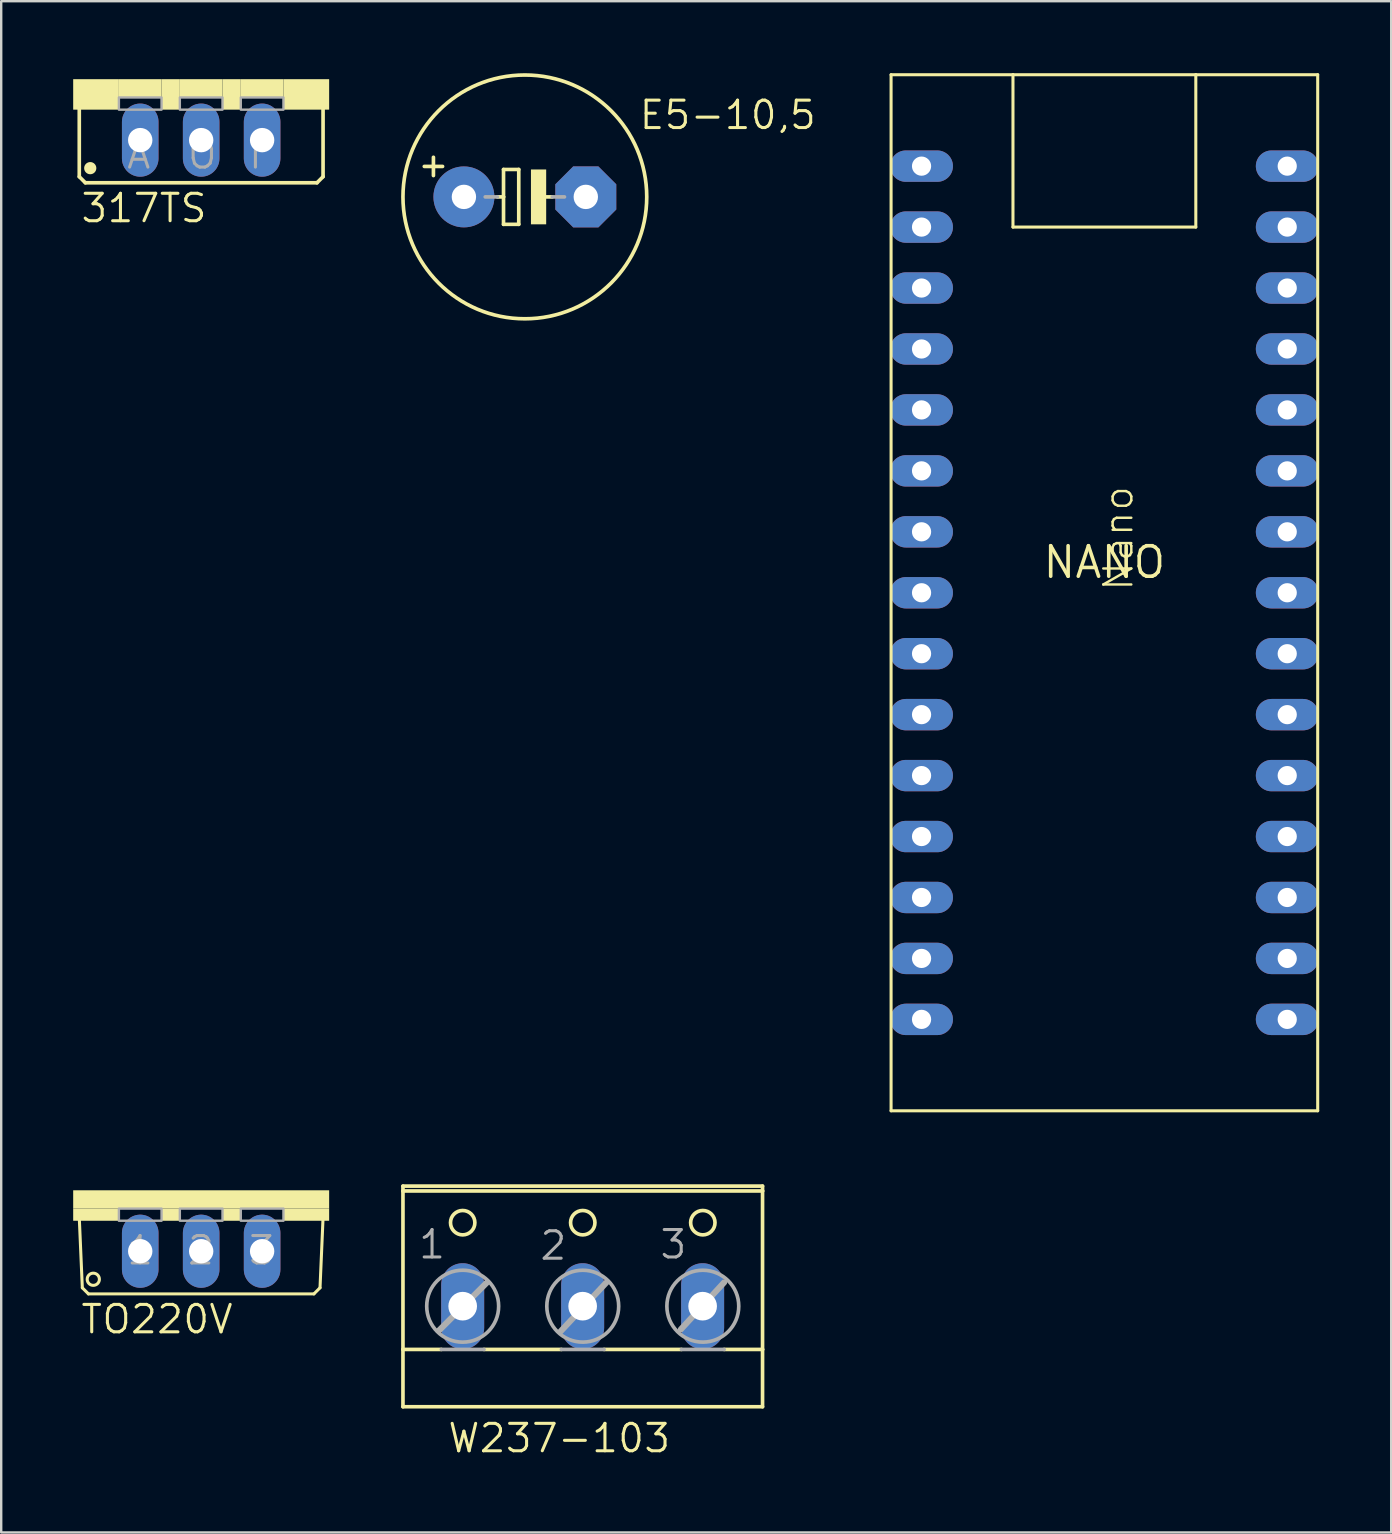
<source format=kicad_pcb>
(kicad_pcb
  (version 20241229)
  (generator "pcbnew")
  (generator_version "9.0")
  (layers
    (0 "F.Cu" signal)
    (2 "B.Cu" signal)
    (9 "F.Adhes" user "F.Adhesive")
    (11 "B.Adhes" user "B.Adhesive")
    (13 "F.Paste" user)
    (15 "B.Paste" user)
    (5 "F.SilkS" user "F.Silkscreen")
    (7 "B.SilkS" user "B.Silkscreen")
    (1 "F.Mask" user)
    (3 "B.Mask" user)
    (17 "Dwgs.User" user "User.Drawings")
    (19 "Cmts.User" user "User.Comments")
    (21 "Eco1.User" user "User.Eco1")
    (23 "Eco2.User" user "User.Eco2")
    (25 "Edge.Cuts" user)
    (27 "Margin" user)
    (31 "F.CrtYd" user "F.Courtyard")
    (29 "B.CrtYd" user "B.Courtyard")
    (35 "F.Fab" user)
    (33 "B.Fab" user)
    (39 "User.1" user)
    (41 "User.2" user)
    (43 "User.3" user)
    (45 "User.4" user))
  (footprint "317TS"
    (layer "F.Cu")
    (at 5.334 0.25)
    (property "Reference" "317TS" (at -5.08 6.045 0) (layer "F.SilkS") (effects (font (size 1.143 1.143) (thickness 0.127)) (justify left bottom)))
    (fp_line (start -5.08 4.064) (end -5.08 1.143) (stroke (width 0.152) (type solid)) (layer "F.SilkS"))
    (fp_line (start -5.08 4.064) (end -4.826 4.318) (stroke (width 0.152) (type solid)) (layer "F.SilkS"))
    (fp_line (start 4.826 4.318) (end -4.826 4.318) (stroke (width 0.152) (type solid)) (layer "F.SilkS"))
    (fp_line (start 4.826 4.318) (end 5.08 4.064) (stroke (width 0.152) (type solid)) (layer "F.SilkS"))
    (fp_line (start 5.08 1.143) (end 5.08 4.064) (stroke (width 0.152) (type solid)) (layer "F.SilkS"))
    (fp_circle (center -4.623 3.708) (end -4.496 3.708) (stroke (width 0.254) (type solid)) (fill yes) (layer "F.SilkS"))
    (fp_poly (pts (xy -5.334 1.27) (xy -3.429 1.27) (xy -3.429 0) (xy -5.334 0)) (stroke (width 0) (type default)) (fill yes) (layer "F.SilkS"))
    (fp_poly (pts (xy -3.429 0.762) (xy -1.651 0.762) (xy -1.651 0) (xy -3.429 0)) (stroke (width 0) (type default)) (fill yes) (layer "F.SilkS"))
    (fp_poly (pts (xy -1.651 1.27) (xy -0.889 1.27) (xy -0.889 0) (xy -1.651 0)) (stroke (width 0) (type default)) (fill yes) (layer "F.SilkS"))
    (fp_poly (pts (xy -0.889 0.762) (xy 0.889 0.762) (xy 0.889 0) (xy -0.889 0)) (stroke (width 0) (type default)) (fill yes) (layer "F.SilkS"))
    (fp_poly (pts (xy 0.889 1.27) (xy 1.651 1.27) (xy 1.651 0) (xy 0.889 0)) (stroke (width 0) (type default)) (fill yes) (layer "F.SilkS"))
    (fp_poly (pts (xy 1.651 0.762) (xy 3.429 0.762) (xy 3.429 0) (xy 1.651 0)) (stroke (width 0) (type default)) (fill yes) (layer "F.SilkS"))
    (fp_poly (pts (xy 3.429 1.27) (xy 5.334 1.27) (xy 5.334 0) (xy 3.429 0)) (stroke (width 0) (type default)) (fill yes) (layer "F.SilkS"))
    (fp_poly (pts (xy -3.429 1.27) (xy -1.651 1.27) (xy -1.651 0.762) (xy -3.429 0.762)) (stroke (width 0.1) (type default)) (fill no) (layer "F.Fab"))
    (fp_poly (pts (xy -0.889 1.27) (xy 0.889 1.27) (xy 0.889 0.762) (xy -0.889 0.762)) (stroke (width 0.1) (type default)) (fill no) (layer "F.Fab"))
    (fp_poly (pts (xy 1.651 1.27) (xy 3.429 1.27) (xy 3.429 0.762) (xy 1.651 0.762)) (stroke (width 0.1) (type default)) (fill no) (layer "F.Fab"))
    (fp_text user "I" (at 1.905 3.81 0) (layer "F.Fab") (effects (font (size 1.143 1.143) (thickness 0.127)) (justify left bottom)))
    (fp_text user "O" (at -0.635 3.81 0) (layer "F.Fab") (effects (font (size 1.143 1.143) (thickness 0.127)) (justify left bottom)))
    (fp_text user "A" (at -3.175 3.81 0) (layer "F.Fab") (effects (font (size 1.143 1.143) (thickness 0.127)) (justify left bottom)))
    (pad "1" thru_hole oval (at -2.54 2.54 90) (size 3.048 1.524) (drill 1.016) (layers "*.Cu" "*.Mask"))
    (pad "2" thru_hole oval (at 0 2.54 90) (size 3.048 1.524) (drill 1.016) (layers "*.Cu" "*.Mask"))
    (pad "3" thru_hole oval (at 2.54 2.54 90) (size 3.048 1.524) (drill 1.016) (layers "*.Cu" "*.Mask")))
  (footprint "TO220V"
    (layer "F.Cu")
    (at 5.334 46.557)
    (property "Reference" "TO220V" (at -5.08 6.045 0) (layer "F.SilkS") (effects (font (size 1.143 1.143) (thickness 0.127)) (justify left bottom)))
    (fp_line (start -4.953 4.064) (end -5.08 1.143) (stroke (width 0.127) (type solid)) (layer "F.SilkS"))
    (fp_line (start -4.953 4.064) (end -4.699 4.318) (stroke (width 0.127) (type solid)) (layer "F.SilkS"))
    (fp_line (start 4.699 4.318) (end -4.699 4.318) (stroke (width 0.127) (type solid)) (layer "F.SilkS"))
    (fp_line (start 4.699 4.318) (end 4.953 4.064) (stroke (width 0.127) (type solid)) (layer "F.SilkS"))
    (fp_line (start 5.08 1.143) (end 4.953 4.064) (stroke (width 0.127) (type solid)) (layer "F.SilkS"))
    (fp_circle (center -4.496 3.708) (end -4.242 3.708) (stroke (width 0.127) (type solid)) (fill no) (layer "F.SilkS"))
    (fp_poly (pts (xy -5.334 0.762) (xy 5.334 0.762) (xy 5.334 0) (xy -5.334 0)) (stroke (width 0) (type default)) (fill yes) (layer "F.SilkS"))
    (fp_poly (pts (xy -5.334 1.27) (xy -3.429 1.27) (xy -3.429 0.762) (xy -5.334 0.762)) (stroke (width 0) (type default)) (fill yes) (layer "F.SilkS"))
    (fp_poly (pts (xy -1.651 1.27) (xy -0.889 1.27) (xy -0.889 0.762) (xy -1.651 0.762)) (stroke (width 0) (type default)) (fill yes) (layer "F.SilkS"))
    (fp_poly (pts (xy 0.889 1.27) (xy 1.651 1.27) (xy 1.651 0.762) (xy 0.889 0.762)) (stroke (width 0) (type default)) (fill yes) (layer "F.SilkS"))
    (fp_poly (pts (xy 3.429 1.27) (xy 5.334 1.27) (xy 5.334 0.762) (xy 3.429 0.762)) (stroke (width 0) (type default)) (fill yes) (layer "F.SilkS"))
    (fp_poly (pts (xy -3.429 1.27) (xy -1.651 1.27) (xy -1.651 0.762) (xy -3.429 0.762)) (stroke (width 0.1) (type default)) (fill no) (layer "F.Fab"))
    (fp_poly (pts (xy -0.889 1.27) (xy 0.889 1.27) (xy 0.889 0.762) (xy -0.889 0.762)) (stroke (width 0.1) (type default)) (fill no) (layer "F.Fab"))
    (fp_poly (pts (xy 1.651 1.27) (xy 3.429 1.27) (xy 3.429 0.762) (xy 1.651 0.762)) (stroke (width 0.1) (type default)) (fill no) (layer "F.Fab"))
    (fp_text user "3" (at 1.905 3.175 0) (layer "F.Fab") (effects (font (size 1.143 1.143) (thickness 0.127)) (justify left bottom)))
    (fp_text user "2" (at -0.635 3.175 0) (layer "F.Fab") (effects (font (size 1.143 1.143) (thickness 0.127)) (justify left bottom)))
    (fp_text user "1" (at -3.175 3.175 0) (layer "F.Fab") (effects (font (size 1.143 1.143) (thickness 0.127)) (justify left bottom)))
    (pad "1" thru_hole oval (at -2.54 2.54 90) (size 3.048 1.524) (drill 1.016) (layers "*.Cu" "*.Mask"))
    (pad "2" thru_hole oval (at 0 2.54 90) (size 3.048 1.524) (drill 1.016) (layers "*.Cu" "*.Mask"))
    (pad "3" thru_hole oval (at 2.54 2.54 90) (size 3.048 1.524) (drill 1.016) (layers "*.Cu" "*.Mask")))
  (footprint "E5-10,5"
    (layer "F.Cu")
    (at 18.824 5.156)
    (property "Reference" "E5-10,5" (at 4.699 -2.743 0) (layer "F.SilkS") (effects (font (size 1.143 1.143) (thickness 0.127)) (justify left bottom)))
    (fp_line (start -3.81 -1.651) (end -3.81 -0.889) (stroke (width 0.152) (type solid)) (layer "F.SilkS"))
    (fp_line (start -3.429 -1.27) (end -4.191 -1.27) (stroke (width 0.152) (type solid)) (layer "F.SilkS"))
    (fp_line (start -1.143 0) (end -0.889 0) (stroke (width 0.152) (type solid)) (layer "F.SilkS"))
    (fp_line (start -0.889 -1.143) (end -0.889 0) (stroke (width 0.152) (type solid)) (layer "F.SilkS"))
    (fp_line (start -0.889 0) (end -0.889 1.143) (stroke (width 0.152) (type solid)) (layer "F.SilkS"))
    (fp_line (start -0.889 1.143) (end -0.254 1.143) (stroke (width 0.152) (type solid)) (layer "F.SilkS"))
    (fp_line (start -0.254 -1.143) (end -0.889 -1.143) (stroke (width 0.152) (type solid)) (layer "F.SilkS"))
    (fp_line (start -0.254 1.143) (end -0.254 -1.143) (stroke (width 0.152) (type solid)) (layer "F.SilkS"))
    (fp_line (start 0.635 0) (end 1.143 0) (stroke (width 0.152) (type solid)) (layer "F.SilkS"))
    (fp_circle (center 0 0) (end 5.08 0) (stroke (width 0.152) (type solid)) (fill no) (layer "F.SilkS"))
    (fp_poly (pts (xy 0.254 1.143) (xy 0.889 1.143) (xy 0.889 -1.143) (xy 0.254 -1.143)) (stroke (width 0) (type default)) (fill yes) (layer "F.SilkS"))
    (fp_line (start -1.651 0) (end -1.143 0) (stroke (width 0.152) (type solid)) (layer "F.Fab"))
    (fp_line (start 1.143 0) (end 1.651 0) (stroke (width 0.152) (type solid)) (layer "F.Fab"))
    (pad "+" thru_hole circle (at -2.54 0) (size 2.54 2.54) (drill 1.016) (layers "*.Cu" "*.Mask"))
    (pad "-" thru_hole roundrect (at 2.54 0) (size 2.54 2.54) (drill 1.016) (layers "*.Cu" "*.Mask") (roundrect_rratio 0.25) (chamfer_ratio 0.293) (chamfer top_left top_right bottom_left bottom_right)))
  (footprint "W237-103"
    (layer "F.Cu")
    (at 21.233 50.097)
    (property "Reference" "W237-103" (at -5.686 7.462 0) (layer "F.SilkS") (effects (font (size 1.143 1.143) (thickness 0.127)) (justify left bottom)))
    (fp_line (start -7.489 -3.511) (end -7.489 -3.714) (stroke (width 0.152) (type solid)) (layer "F.SilkS"))
    (fp_line (start -7.489 3.093) (end -7.489 -3.511) (stroke (width 0.152) (type solid)) (layer "F.SilkS"))
    (fp_line (start -7.489 3.093) (end -5.889 3.093) (stroke (width 0.152) (type solid)) (layer "F.SilkS"))
    (fp_line (start -7.489 5.481) (end -7.489 3.093) (stroke (width 0.152) (type solid)) (layer "F.SilkS"))
    (fp_line (start -7.489 5.481) (end 7.497 5.481) (stroke (width 0.152) (type solid)) (layer "F.SilkS"))
    (fp_line (start -4.111 3.093) (end -0.885 3.093) (stroke (width 0.152) (type solid)) (layer "F.SilkS"))
    (fp_line (start 0.893 3.093) (end 4.119 3.093) (stroke (width 0.152) (type solid)) (layer "F.SilkS"))
    (fp_line (start 5.897 3.093) (end 7.497 3.093) (stroke (width 0.152) (type solid)) (layer "F.SilkS"))
    (fp_line (start 7.497 -3.714) (end -7.489 -3.714) (stroke (width 0.152) (type solid)) (layer "F.SilkS"))
    (fp_line (start 7.497 -3.714) (end 7.497 -3.511) (stroke (width 0.152) (type solid)) (layer "F.SilkS"))
    (fp_line (start 7.497 -3.511) (end -7.489 -3.511) (stroke (width 0.152) (type solid)) (layer "F.SilkS"))
    (fp_line (start 7.497 -3.511) (end 7.497 3.093) (stroke (width 0.152) (type solid)) (layer "F.SilkS"))
    (fp_line (start 7.497 3.093) (end 7.497 5.481) (stroke (width 0.152) (type solid)) (layer "F.SilkS"))
    (fp_circle (center -5 -2.19) (end -4.492 -2.19) (stroke (width 0.152) (type solid)) (fill no) (layer "F.SilkS"))
    (fp_circle (center 0.004 -2.19) (end 0.512 -2.19) (stroke (width 0.152) (type solid)) (fill no) (layer "F.SilkS"))
    (fp_circle (center 5.008 -2.19) (end 5.516 -2.19) (stroke (width 0.152) (type solid)) (fill no) (layer "F.SilkS"))
    (fp_line (start -5.991 2.306) (end -3.984 0.299) (stroke (width 0.254) (type solid)) (layer "F.Fab"))
    (fp_line (start -5.889 3.093) (end -4.111 3.093) (stroke (width 0.152) (type solid)) (layer "F.Fab"))
    (fp_line (start -0.911 2.331) (end 0.994 0.299) (stroke (width 0.254) (type solid)) (layer "F.Fab"))
    (fp_line (start -0.885 3.093) (end 0.893 3.093) (stroke (width 0.152) (type solid)) (layer "F.Fab"))
    (fp_line (start 4.093 2.255) (end 5.897 0.299) (stroke (width 0.254) (type solid)) (layer "F.Fab"))
    (fp_line (start 4.119 3.093) (end 5.897 3.093) (stroke (width 0.152) (type solid)) (layer "F.Fab"))
    (fp_circle (center -5 1.29) (end -3.501 1.29) (stroke (width 0.152) (type solid)) (fill no) (layer "F.Fab"))
    (fp_circle (center 0.004 1.29) (end 1.502 1.29) (stroke (width 0.152) (type solid)) (fill no) (layer "F.Fab"))
    (fp_circle (center 5.008 1.29) (end 6.506 1.29) (stroke (width 0.152) (type solid)) (fill no) (layer "F.Fab"))
    (fp_text user "1" (at -6.905 -0.615 0) (layer "F.Fab") (effects (font (size 1.143 1.143) (thickness 0.127)) (justify left bottom)))
    (fp_text user "2" (at -1.85 -0.564 0) (layer "F.Fab") (effects (font (size 1.143 1.143) (thickness 0.127)) (justify left bottom)))
    (fp_text user "3" (at 3.153 -0.615 0) (layer "F.Fab") (effects (font (size 1.143 1.143) (thickness 0.127)) (justify left bottom)))
    (pad "1" thru_hole oval (at -5 1.29 90) (size 3.581 1.791) (drill 1.194) (layers "*.Cu" "*.Mask"))
    (pad "2" thru_hole oval (at 0 1.29 90) (size 3.581 1.791) (drill 1.194) (layers "*.Cu" "*.Mask"))
    (pad "3" thru_hole oval (at 5 1.29 90) (size 3.581 1.791) (drill 1.194) (layers "*.Cu" "*.Mask")))
  (footprint "NANO"
    (layer "F.Cu")
    (at 42.977 20.384)
    (property "Reference" "NANO" (at 0 0 0) (layer "F.SilkS") (effects (font (size 1.27 1.27) (thickness 0.15))))
    (fp_line (start -8.89 -20.32) (end -3.81 -20.32) (stroke (width 0.127) (type solid)) (layer "F.SilkS"))
    (fp_line (start -8.89 22.86) (end -8.89 -20.32) (stroke (width 0.127) (type solid)) (layer "F.SilkS"))
    (fp_line (start -3.81 -20.32) (end -3.81 -13.97) (stroke (width 0.127) (type solid)) (layer "F.SilkS"))
    (fp_line (start -3.81 -20.32) (end 3.81 -20.32) (stroke (width 0.127) (type solid)) (layer "F.SilkS"))
    (fp_line (start -3.81 -13.97) (end 3.81 -13.97) (stroke (width 0.127) (type solid)) (layer "F.SilkS"))
    (fp_line (start 3.81 -20.32) (end 8.89 -20.32) (stroke (width 0.127) (type solid)) (layer "F.SilkS"))
    (fp_line (start 3.81 -13.97) (end 3.81 -20.32) (stroke (width 0.127) (type solid)) (layer "F.SilkS"))
    (fp_line (start 8.89 -20.32) (end 8.89 22.86) (stroke (width 0.127) (type solid)) (layer "F.SilkS"))
    (fp_line (start 8.89 22.86) (end -8.89 22.86) (stroke (width 0.127) (type solid)) (layer "F.SilkS"))
    (fp_text user "Nano" (at 1.27 1.27 90) (layer "F.SilkS") (effects (font (size 1.168 1.168) (thickness 0.102)) (justify left bottom)))
    (pad "3.3V" thru_hole oval (at -7.62 -13.97 180) (size 2.616 1.308) (drill 0.8) (layers "*.Cu" "*.Mask"))
    (pad "5V" thru_hole oval (at -7.62 11.43) (size 2.616 1.308) (drill 0.8) (layers "*.Cu" "*.Mask"))
    (pad "A0" thru_hole oval (at -7.62 -8.89) (size 2.616 1.308) (drill 0.8) (layers "*.Cu" "*.Mask"))
    (pad "A1" thru_hole oval (at -7.62 -6.35) (size 2.616 1.308) (drill 0.8) (layers "*.Cu" "*.Mask"))
    (pad "A2" thru_hole oval (at -7.62 -3.81) (size 2.616 1.308) (drill 0.8) (layers "*.Cu" "*.Mask"))
    (pad "A3" thru_hole oval (at -7.62 -1.27) (size 2.616 1.308) (drill 0.8) (layers "*.Cu" "*.Mask"))
    (pad "A4" thru_hole oval (at -7.62 1.27 180) (size 2.616 1.308) (drill 0.8) (layers "*.Cu" "*.Mask"))
    (pad "A5" thru_hole oval (at -7.62 3.81 180) (size 2.616 1.308) (drill 0.8) (layers "*.Cu" "*.Mask"))
    (pad "A6" thru_hole oval (at -7.62 6.35 180) (size 2.616 1.308) (drill 0.8) (layers "*.Cu" "*.Mask"))
    (pad "A7" thru_hole oval (at -7.62 8.89 180) (size 2.616 1.308) (drill 0.8) (layers "*.Cu" "*.Mask"))
    (pad "AREF" thru_hole oval (at -7.62 -11.43 180) (size 2.616 1.308) (drill 0.8) (layers "*.Cu" "*.Mask"))
    (pad "D2" thru_hole oval (at 7.62 8.89) (size 2.616 1.308) (drill 0.8) (layers "*.Cu" "*.Mask"))
    (pad "D3" thru_hole oval (at 7.62 6.35) (size 2.616 1.308) (drill 0.8) (layers "*.Cu" "*.Mask"))
    (pad "D4" thru_hole oval (at 7.62 3.81) (size 2.616 1.308) (drill 0.8) (layers "*.Cu" "*.Mask"))
    (pad "D5" thru_hole oval (at 7.62 1.27) (size 2.616 1.308) (drill 0.8) (layers "*.Cu" "*.Mask"))
    (pad "D6" thru_hole oval (at 7.62 -1.27) (size 2.616 1.308) (drill 0.8) (layers "*.Cu" "*.Mask"))
    (pad "D7" thru_hole oval (at 7.62 -3.81) (size 2.616 1.308) (drill 0.8) (layers "*.Cu" "*.Mask"))
    (pad "D8" thru_hole oval (at 7.62 -6.35) (size 2.616 1.308) (drill 0.8) (layers "*.Cu" "*.Mask"))
    (pad "D9" thru_hole oval (at 7.62 -8.89) (size 2.616 1.308) (drill 0.8) (layers "*.Cu" "*.Mask"))
    (pad "D10" thru_hole oval (at 7.62 -11.43) (size 2.616 1.308) (drill 0.8) (layers "*.Cu" "*.Mask"))
    (pad "D11" thru_hole oval (at 7.62 -13.97) (size 2.616 1.308) (drill 0.8) (layers "*.Cu" "*.Mask"))
    (pad "D12" thru_hole oval (at 7.62 -16.51) (size 2.616 1.308) (drill 0.8) (layers "*.Cu" "*.Mask"))
    (pad "D13" thru_hole oval (at -7.62 -16.51) (size 2.616 1.308) (drill 0.8) (layers "*.Cu" "*.Mask"))
    (pad "GND" thru_hole oval (at -7.62 16.51) (size 2.616 1.308) (drill 0.8) (layers "*.Cu" "*.Mask"))
    (pad "GND1" thru_hole oval (at 7.62 11.43) (size 2.616 1.308) (drill 0.8) (layers "*.Cu" "*.Mask"))
    (pad "RAW" thru_hole oval (at -7.62 19.05) (size 2.616 1.308) (drill 0.8) (layers "*.Cu" "*.Mask"))
    (pad "RST" thru_hole oval (at -7.62 13.97) (size 2.616 1.308) (drill 0.8) (layers "*.Cu" "*.Mask"))
    (pad "RST1" thru_hole oval (at 7.62 13.97) (size 2.616 1.308) (drill 0.8) (layers "*.Cu" "*.Mask"))
    (pad "RX1" thru_hole oval (at 7.62 16.51) (size 2.616 1.308) (drill 0.8) (layers "*.Cu" "*.Mask"))
    (pad "TX0" thru_hole oval (at 7.62 19.05) (size 2.616 1.308) (drill 0.8) (layers "*.Cu" "*.Mask")))
  (gr_rect
    (start -3 -3)
    (end 54.93 60.818)
    (stroke (width 0.1) (type default))
    (fill no)
    (layer "Edge.Cuts")))
</source>
